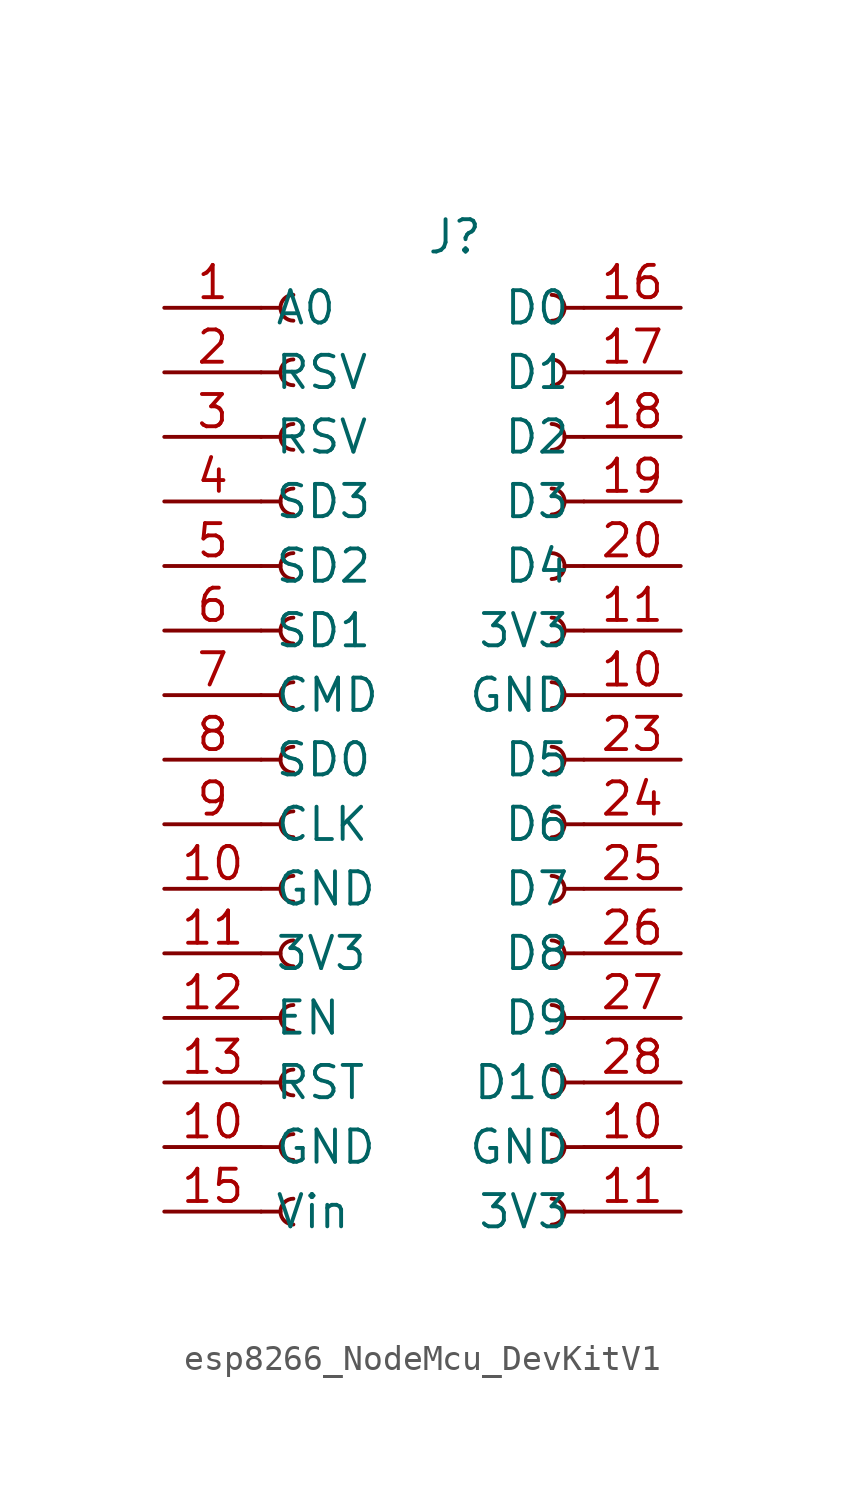
<source format=kicad_sym>
(kicad_symbol_lib
  (version 20241209)
  (generator "kicad_symbol_editor")
  (generator_version "9.0")
  (symbol "esp8266_NodeMcu_DevKitV1"
    (property "Reference" "J"
      (at 5.08 -1.016 0)
      (effects (font (size 1.27 1.27))))
    (property "Value" ""
      (at 0 0 0)
      (effects (font (size 1.27 1.27))))
    (symbol "esp8266_NodeMcu_DevKitV1_1_1"
      (polyline (pts (xy -2.54 -3.81) (xy -1.778 -3.81)) (stroke (width 0.152) (type default)) (fill (type none)))
      (polyline (pts (xy -2.54 -6.35) (xy -1.778 -6.35)) (stroke (width 0.152) (type default)) (fill (type none)))
      (polyline (pts (xy -2.54 -8.89) (xy -1.778 -8.89)) (stroke (width 0.152) (type default)) (fill (type none)))
      (polyline (pts (xy -2.54 -11.43) (xy -1.778 -11.43)) (stroke (width 0.152) (type default)) (fill (type none)))
      (polyline (pts (xy -2.54 -13.97) (xy -1.778 -13.97)) (stroke (width 0.152) (type default)) (fill (type none)))
      (polyline (pts (xy -2.54 -16.51) (xy -1.778 -16.51)) (stroke (width 0.152) (type default)) (fill (type none)))
      (polyline (pts (xy -2.54 -19.05) (xy -1.778 -19.05)) (stroke (width 0.152) (type default)) (fill (type none)))
      (polyline (pts (xy -2.54 -21.59) (xy -1.778 -21.59)) (stroke (width 0.152) (type default)) (fill (type none)))
      (polyline (pts (xy -2.54 -24.13) (xy -1.778 -24.13)) (stroke (width 0.152) (type default)) (fill (type none)))
      (polyline (pts (xy -2.54 -26.67) (xy -1.778 -26.67)) (stroke (width 0.152) (type default)) (fill (type none)))
      (polyline (pts (xy -2.54 -29.21) (xy -1.778 -29.21)) (stroke (width 0.152) (type default)) (fill (type none)))
      (polyline (pts (xy -2.54 -31.75) (xy -1.778 -31.75)) (stroke (width 0.152) (type default)) (fill (type none)))
      (polyline (pts (xy -2.54 -34.29) (xy -1.778 -34.29)) (stroke (width 0.152) (type default)) (fill (type none)))
      (polyline (pts (xy -2.54 -36.83) (xy -1.778 -36.83)) (stroke (width 0.152) (type default)) (fill (type none)))
      (polyline (pts (xy -2.54 -39.37) (xy -1.778 -39.37)) (stroke (width 0.152) (type default)) (fill (type none)))
      (arc (start -1.27 -4.318) (mid -1.7758 -3.81) (end -1.27 -3.302) (stroke (width 0.1524) (type default)) (fill (type none)))
      (arc (start -1.27 -6.858) (mid -1.7758 -6.35) (end -1.27 -5.842) (stroke (width 0.1524) (type default)) (fill (type none)))
      (arc (start -1.27 -9.398) (mid -1.7758 -8.89) (end -1.27 -8.382) (stroke (width 0.1524) (type default)) (fill (type none)))
      (arc (start -1.27 -11.938) (mid -1.7758 -11.43) (end -1.27 -10.922) (stroke (width 0.1524) (type default)) (fill (type none)))
      (arc (start -1.27 -14.478) (mid -1.7758 -13.97) (end -1.27 -13.462) (stroke (width 0.1524) (type default)) (fill (type none)))
      (arc (start -1.27 -17.018) (mid -1.7758 -16.51) (end -1.27 -16.002) (stroke (width 0.1524) (type default)) (fill (type none)))
      (arc (start -1.27 -19.558) (mid -1.7758 -19.05) (end -1.27 -18.542) (stroke (width 0.1524) (type default)) (fill (type none)))
      (arc (start -1.27 -22.098) (mid -1.7758 -21.59) (end -1.27 -21.082) (stroke (width 0.1524) (type default)) (fill (type none)))
      (arc (start -1.27 -24.638) (mid -1.7758 -24.13) (end -1.27 -23.622) (stroke (width 0.1524) (type default)) (fill (type none)))
      (arc (start -1.27 -27.178) (mid -1.7758 -26.67) (end -1.27 -26.162) (stroke (width 0.1524) (type default)) (fill (type none)))
      (arc (start -1.27 -29.718) (mid -1.7758 -29.21) (end -1.27 -28.702) (stroke (width 0.1524) (type default)) (fill (type none)))
      (arc (start -1.27 -32.258) (mid -1.7758 -31.75) (end -1.27 -31.242) (stroke (width 0.1524) (type default)) (fill (type none)))
      (arc (start -1.27 -34.798) (mid -1.7758 -34.29) (end -1.27 -33.782) (stroke (width 0.1524) (type default)) (fill (type none)))
      (arc (start -1.27 -37.338) (mid -1.7758 -36.83) (end -1.27 -36.322) (stroke (width 0.1524) (type default)) (fill (type none)))
      (arc (start -1.27 -39.878) (mid -1.7758 -39.37) (end -1.27 -38.862) (stroke (width 0.1524) (type default)) (fill (type none)))
      (arc (start 8.89 -3.302) (mid 9.3958 -3.81) (end 8.89 -4.318) (stroke (width 0.1524) (type default)) (fill (type none)))
      (arc (start 8.89 -5.842) (mid 9.3958 -6.35) (end 8.89 -6.858) (stroke (width 0.1524) (type default)) (fill (type none)))
      (arc (start 8.89 -8.382) (mid 9.3958 -8.89) (end 8.89 -9.398) (stroke (width 0.1524) (type default)) (fill (type none)))
      (arc (start 8.89 -10.922) (mid 9.3958 -11.43) (end 8.89 -11.938) (stroke (width 0.1524) (type default)) (fill (type none)))
      (arc (start 8.89 -13.462) (mid 9.3958 -13.97) (end 8.89 -14.478) (stroke (width 0.1524) (type default)) (fill (type none)))
      (arc (start 8.89 -16.002) (mid 9.3958 -16.51) (end 8.89 -17.018) (stroke (width 0.1524) (type default)) (fill (type none)))
      (arc (start 8.89 -18.542) (mid 9.3958 -19.05) (end 8.89 -19.558) (stroke (width 0.1524) (type default)) (fill (type none)))
      (arc (start 8.89 -21.082) (mid 9.3958 -21.59) (end 8.89 -22.098) (stroke (width 0.1524) (type default)) (fill (type none)))
      (arc (start 8.89 -23.622) (mid 9.3958 -24.13) (end 8.89 -24.638) (stroke (width 0.1524) (type default)) (fill (type none)))
      (arc (start 8.89 -26.162) (mid 9.3958 -26.67) (end 8.89 -27.178) (stroke (width 0.1524) (type default)) (fill (type none)))
      (arc (start 8.89 -28.702) (mid 9.3958 -29.21) (end 8.89 -29.718) (stroke (width 0.1524) (type default)) (fill (type none)))
      (arc (start 8.89 -31.242) (mid 9.3958 -31.75) (end 8.89 -32.258) (stroke (width 0.1524) (type default)) (fill (type none)))
      (arc (start 8.89 -33.782) (mid 9.3958 -34.29) (end 8.89 -34.798) (stroke (width 0.1524) (type default)) (fill (type none)))
      (arc (start 8.89 -36.322) (mid 9.3958 -36.83) (end 8.89 -37.338) (stroke (width 0.1524) (type default)) (fill (type none)))
      (arc (start 8.89 -38.862) (mid 9.3958 -39.37) (end 8.89 -39.878) (stroke (width 0.1524) (type default)) (fill (type none)))
      (polyline (pts (xy 10.16 -3.81) (xy 9.398 -3.81)) (stroke (width 0.152) (type default)) (fill (type none)))
      (polyline (pts (xy 10.16 -6.35) (xy 9.398 -6.35)) (stroke (width 0.152) (type default)) (fill (type none)))
      (polyline (pts (xy 10.16 -8.89) (xy 9.398 -8.89)) (stroke (width 0.152) (type default)) (fill (type none)))
      (polyline (pts (xy 10.16 -11.43) (xy 9.398 -11.43)) (stroke (width 0.152) (type default)) (fill (type none)))
      (polyline (pts (xy 10.16 -13.97) (xy 9.398 -13.97)) (stroke (width 0.152) (type default)) (fill (type none)))
      (polyline (pts (xy 10.16 -16.51) (xy 9.398 -16.51)) (stroke (width 0.152) (type default)) (fill (type none)))
      (polyline (pts (xy 10.16 -19.05) (xy 9.398 -19.05)) (stroke (width 0.152) (type default)) (fill (type none)))
      (polyline (pts (xy 10.16 -21.59) (xy 9.398 -21.59)) (stroke (width 0.152) (type default)) (fill (type none)))
      (polyline (pts (xy 10.16 -24.13) (xy 9.398 -24.13)) (stroke (width 0.152) (type default)) (fill (type none)))
      (polyline (pts (xy 10.16 -26.67) (xy 9.398 -26.67)) (stroke (width 0.152) (type default)) (fill (type none)))
      (polyline (pts (xy 10.16 -29.21) (xy 9.398 -29.21)) (stroke (width 0.152) (type default)) (fill (type none)))
      (polyline (pts (xy 10.16 -31.75) (xy 9.398 -31.75)) (stroke (width 0.152) (type default)) (fill (type none)))
      (polyline (pts (xy 10.16 -34.29) (xy 9.398 -34.29)) (stroke (width 0.152) (type default)) (fill (type none)))
      (polyline (pts (xy 10.16 -36.83) (xy 9.398 -36.83)) (stroke (width 0.152) (type default)) (fill (type none)))
      (polyline (pts (xy 10.16 -39.37) (xy 9.398 -39.37)) (stroke (width 0.152) (type default)) (fill (type none)))
      (pin passive line (at -6.35 -3.81 0) (length 3.81) (name "A0" (effects (font (size 1.27 1.27)))) (number "1" (effects (font (size 1.27 1.27)))))
      (pin passive line (at -6.35 -6.35 0) (length 3.81) (name "RSV" (effects (font (size 1.27 1.27)))) (number "2" (effects (font (size 1.27 1.27)))))
      (pin passive line (at -6.35 -8.89 0) (length 3.81) (name "RSV" (effects (font (size 1.27 1.27)))) (number "3" (effects (font (size 1.27 1.27)))))
      (pin passive line (at -6.35 -11.43 0) (length 3.81) (name "SD3" (effects (font (size 1.27 1.27)))) (number "4" (effects (font (size 1.27 1.27)))))
      (pin passive line (at -6.35 -13.97 0) (length 3.81) (name "SD2" (effects (font (size 1.27 1.27)))) (number "5" (effects (font (size 1.27 1.27)))))
      (pin passive line (at -6.35 -16.51 0) (length 3.81) (name "SD1" (effects (font (size 1.27 1.27)))) (number "6" (effects (font (size 1.27 1.27)))))
      (pin passive line (at -6.35 -19.05 0) (length 3.81) (name "CMD" (effects (font (size 1.27 1.27)))) (number "7" (effects (font (size 1.27 1.27)))))
      (pin passive line (at -6.35 -21.59 0) (length 3.81) (name "SD0" (effects (font (size 1.27 1.27)))) (number "8" (effects (font (size 1.27 1.27)))))
      (pin passive line (at -6.35 -24.13 0) (length 3.81) (name "CLK" (effects (font (size 1.27 1.27)))) (number "9" (effects (font (size 1.27 1.27)))))
      (pin power_out line (at -6.35 -26.67 0) (length 3.81) (name "GND" (effects (font (size 1.27 1.27)))) (number "10" (effects (font (size 1.27 1.27)))))
      (pin power_out line (at -6.35 -29.21 0) (length 3.81) (name "3V3" (effects (font (size 1.27 1.27)))) (number "11" (effects (font (size 1.27 1.27)))))
      (pin passive line (at -6.35 -31.75 0) (length 3.81) (name "EN" (effects (font (size 1.27 1.27)))) (number "12" (effects (font (size 1.27 1.27)))))
      (pin passive line (at -6.35 -34.29 0) (length 3.81) (name "RST" (effects (font (size 1.27 1.27)))) (number "13" (effects (font (size 1.27 1.27)))))
      (pin power_out line (at -6.35 -36.83 0) (length 3.81) (name "GND" (effects (font (size 1.27 1.27)))) (number "10" (effects (font (size 1.27 1.27)))))
      (pin power_out line (at -6.35 -39.37 0) (length 3.81) (name "Vin" (effects (font (size 1.27 1.27)))) (number "15" (effects (font (size 1.27 1.27)))))
      (pin passive line (at 13.97 -3.81 180) (length 3.81) (name "D0" (effects (font (size 1.27 1.27)))) (number "16" (effects (font (size 1.27 1.27)))))
      (pin passive line (at 13.97 -6.35 180) (length 3.81) (name "D1" (effects (font (size 1.27 1.27)))) (number "17" (effects (font (size 1.27 1.27)))))
      (pin passive line (at 13.97 -8.89 180) (length 3.81) (name "D2" (effects (font (size 1.27 1.27)))) (number "18" (effects (font (size 1.27 1.27)))))
      (pin passive line (at 13.97 -11.43 180) (length 3.81) (name "D3" (effects (font (size 1.27 1.27)))) (number "19" (effects (font (size 1.27 1.27)))))
      (pin passive line (at 13.97 -13.97 180) (length 3.81) (name "D4" (effects (font (size 1.27 1.27)))) (number "20" (effects (font (size 1.27 1.27)))))
      (pin power_out line (at 13.97 -16.51 180) (length 3.81) (name "3V3" (effects (font (size 1.27 1.27)))) (number "11" (effects (font (size 1.27 1.27)))))
      (pin power_out line (at 13.97 -19.05 180) (length 3.81) (name "GND" (effects (font (size 1.27 1.27)))) (number "10" (effects (font (size 1.27 1.27)))))
      (pin passive line (at 13.97 -21.59 180) (length 3.81) (name "D5" (effects (font (size 1.27 1.27)))) (number "23" (effects (font (size 1.27 1.27)))))
      (pin passive line (at 13.97 -24.13 180) (length 3.81) (name "D6" (effects (font (size 1.27 1.27)))) (number "24" (effects (font (size 1.27 1.27)))))
      (pin passive line (at 13.97 -26.67 180) (length 3.81) (name "D7" (effects (font (size 1.27 1.27)))) (number "25" (effects (font (size 1.27 1.27)))))
      (pin passive line (at 13.97 -29.21 180) (length 3.81) (name "D8" (effects (font (size 1.27 1.27)))) (number "26" (effects (font (size 1.27 1.27)))))
      (pin passive line (at 13.97 -31.75 180) (length 3.81) (name "D9" (effects (font (size 1.27 1.27)))) (number "27" (effects (font (size 1.27 1.27)))))
      (pin passive line (at 13.97 -34.29 180) (length 3.81) (name "D10" (effects (font (size 1.27 1.27)))) (number "28" (effects (font (size 1.27 1.27)))))
      (pin power_out line (at 13.97 -36.83 180) (length 3.81) (name "GND" (effects (font (size 1.27 1.27)))) (number "10" (effects (font (size 1.27 1.27)))))
      (pin power_out line (at 13.97 -39.37 180) (length 3.81) (name "3V3" (effects (font (size 1.27 1.27)))) (number "11" (effects (font (size 1.27 1.27))))))))
</source>
